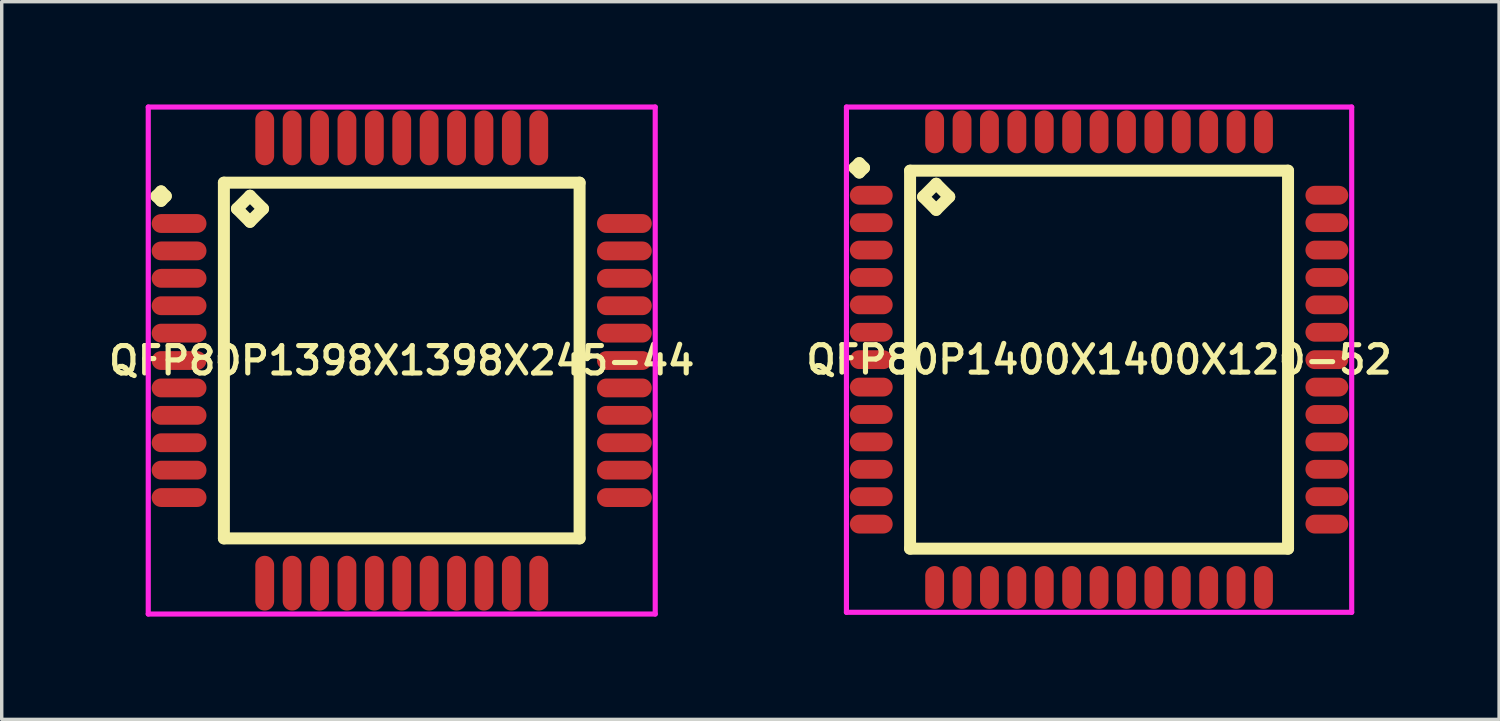
<source format=kicad_pcb>
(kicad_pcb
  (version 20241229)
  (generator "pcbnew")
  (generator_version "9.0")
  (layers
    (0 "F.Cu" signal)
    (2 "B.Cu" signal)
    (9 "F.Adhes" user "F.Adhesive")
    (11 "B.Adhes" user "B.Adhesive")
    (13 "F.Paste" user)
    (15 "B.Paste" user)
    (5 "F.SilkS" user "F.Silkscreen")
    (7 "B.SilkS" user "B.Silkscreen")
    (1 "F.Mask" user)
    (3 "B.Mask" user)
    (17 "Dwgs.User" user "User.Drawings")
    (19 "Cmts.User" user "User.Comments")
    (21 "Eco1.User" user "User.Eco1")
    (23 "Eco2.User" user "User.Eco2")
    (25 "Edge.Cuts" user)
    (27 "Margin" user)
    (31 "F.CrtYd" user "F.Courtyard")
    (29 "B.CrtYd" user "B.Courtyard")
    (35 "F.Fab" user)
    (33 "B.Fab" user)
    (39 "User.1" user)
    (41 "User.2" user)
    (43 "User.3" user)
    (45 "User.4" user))
  (footprint "QFP80P1398X1398X245-44"
    (layer "F.Cu")
    (at 8.678 7.475)
    (property "Reference" "QFP80P1398X1398X245-44" (at 0 0 0) (layer "F.SilkS") (effects (font (size 0.8 0.8) (thickness 0.15))))
    (attr through_hole)
    (fp_line (start -7.162 -4.8) (end -7.025 -4.938) (stroke (width 0.35) (type solid)) (layer "F.SilkS"))
    (fp_line (start -7.025 -4.938) (end -6.888 -4.8) (stroke (width 0.35) (type solid)) (layer "F.SilkS"))
    (fp_line (start -7.025 -4.662) (end -7.162 -4.8) (stroke (width 0.35) (type solid)) (layer "F.SilkS"))
    (fp_line (start -6.888 -4.8) (end -7.025 -4.662) (stroke (width 0.35) (type solid)) (layer "F.SilkS"))
    (fp_line (start -5.192 -5.192) (end -5.192 5.192) (stroke (width 0.35) (type solid)) (layer "F.SilkS"))
    (fp_line (start -5.192 5.192) (end 5.192 5.192) (stroke (width 0.35) (type solid)) (layer "F.SilkS"))
    (fp_line (start -4.811 -4.43) (end -4.43 -4.811) (stroke (width 0.35) (type solid)) (layer "F.SilkS"))
    (fp_line (start -4.43 -4.811) (end -4.049 -4.43) (stroke (width 0.35) (type solid)) (layer "F.SilkS"))
    (fp_line (start -4.43 -4.049) (end -4.811 -4.43) (stroke (width 0.35) (type solid)) (layer "F.SilkS"))
    (fp_line (start -4.049 -4.43) (end -4.43 -4.049) (stroke (width 0.35) (type solid)) (layer "F.SilkS"))
    (fp_line (start 5.192 -5.192) (end -5.192 -5.192) (stroke (width 0.35) (type solid)) (layer "F.SilkS"))
    (fp_line (start 5.192 5.192) (end 5.192 -5.192) (stroke (width 0.35) (type solid)) (layer "F.SilkS"))
    (fp_line (start -7.4 -7.4) (end 7.4 -7.4) (stroke (width 0.15) (type solid)) (layer "F.CrtYd"))
    (fp_line (start -7.4 7.4) (end -7.4 -7.4) (stroke (width 0.15) (type solid)) (layer "F.CrtYd"))
    (fp_line (start 7.4 -7.4) (end 7.4 7.4) (stroke (width 0.15) (type solid)) (layer "F.CrtYd"))
    (fp_line (start 7.4 7.4) (end -7.4 7.4) (stroke (width 0.15) (type solid)) (layer "F.CrtYd"))
    (pad "1" smd oval (at -6.5 -4) (size 1.6 0.55) (layers "F.Cu" "F.Mask" "F.Paste"))
    (pad "2" smd oval (at -6.5 -3.2) (size 1.6 0.55) (layers "F.Cu" "F.Mask" "F.Paste"))
    (pad "3" smd oval (at -6.5 -2.4) (size 1.6 0.55) (layers "F.Cu" "F.Mask" "F.Paste"))
    (pad "4" smd oval (at -6.5 -1.6) (size 1.6 0.55) (layers "F.Cu" "F.Mask" "F.Paste"))
    (pad "5" smd oval (at -6.5 -0.8) (size 1.6 0.55) (layers "F.Cu" "F.Mask" "F.Paste"))
    (pad "6" smd oval (at -6.5 0) (size 1.6 0.55) (layers "F.Cu" "F.Mask" "F.Paste"))
    (pad "7" smd oval (at -6.5 0.8) (size 1.6 0.55) (layers "F.Cu" "F.Mask" "F.Paste"))
    (pad "8" smd oval (at -6.5 1.6) (size 1.6 0.55) (layers "F.Cu" "F.Mask" "F.Paste"))
    (pad "9" smd oval (at -6.5 2.4) (size 1.6 0.55) (layers "F.Cu" "F.Mask" "F.Paste"))
    (pad "10" smd oval (at -6.5 3.2) (size 1.6 0.55) (layers "F.Cu" "F.Mask" "F.Paste"))
    (pad "11" smd oval (at -6.5 4) (size 1.6 0.55) (layers "F.Cu" "F.Mask" "F.Paste"))
    (pad "12" smd oval (at -4 6.5) (size 0.55 1.6) (layers "F.Cu" "F.Mask" "F.Paste"))
    (pad "13" smd oval (at -3.2 6.5) (size 0.55 1.6) (layers "F.Cu" "F.Mask" "F.Paste"))
    (pad "14" smd oval (at -2.4 6.5) (size 0.55 1.6) (layers "F.Cu" "F.Mask" "F.Paste"))
    (pad "15" smd oval (at -1.6 6.5) (size 0.55 1.6) (layers "F.Cu" "F.Mask" "F.Paste"))
    (pad "16" smd oval (at -0.8 6.5) (size 0.55 1.6) (layers "F.Cu" "F.Mask" "F.Paste"))
    (pad "17" smd oval (at 0 6.5) (size 0.55 1.6) (layers "F.Cu" "F.Mask" "F.Paste"))
    (pad "18" smd oval (at 0.8 6.5) (size 0.55 1.6) (layers "F.Cu" "F.Mask" "F.Paste"))
    (pad "19" smd oval (at 1.6 6.5) (size 0.55 1.6) (layers "F.Cu" "F.Mask" "F.Paste"))
    (pad "20" smd oval (at 2.4 6.5) (size 0.55 1.6) (layers "F.Cu" "F.Mask" "F.Paste"))
    (pad "21" smd oval (at 3.2 6.5) (size 0.55 1.6) (layers "F.Cu" "F.Mask" "F.Paste"))
    (pad "22" smd oval (at 4 6.5) (size 0.55 1.6) (layers "F.Cu" "F.Mask" "F.Paste"))
    (pad "23" smd oval (at 6.5 4) (size 1.6 0.55) (layers "F.Cu" "F.Mask" "F.Paste"))
    (pad "24" smd oval (at 6.5 3.2) (size 1.6 0.55) (layers "F.Cu" "F.Mask" "F.Paste"))
    (pad "25" smd oval (at 6.5 2.4) (size 1.6 0.55) (layers "F.Cu" "F.Mask" "F.Paste"))
    (pad "26" smd oval (at 6.5 1.6) (size 1.6 0.55) (layers "F.Cu" "F.Mask" "F.Paste"))
    (pad "27" smd oval (at 6.5 0.8) (size 1.6 0.55) (layers "F.Cu" "F.Mask" "F.Paste"))
    (pad "28" smd oval (at 6.5 0) (size 1.6 0.55) (layers "F.Cu" "F.Mask" "F.Paste"))
    (pad "29" smd oval (at 6.5 -0.8) (size 1.6 0.55) (layers "F.Cu" "F.Mask" "F.Paste"))
    (pad "30" smd oval (at 6.5 -1.6) (size 1.6 0.55) (layers "F.Cu" "F.Mask" "F.Paste"))
    (pad "31" smd oval (at 6.5 -2.4) (size 1.6 0.55) (layers "F.Cu" "F.Mask" "F.Paste"))
    (pad "32" smd oval (at 6.5 -3.2) (size 1.6 0.55) (layers "F.Cu" "F.Mask" "F.Paste"))
    (pad "33" smd oval (at 6.5 -4) (size 1.6 0.55) (layers "F.Cu" "F.Mask" "F.Paste"))
    (pad "34" smd oval (at 4 -6.5) (size 0.55 1.6) (layers "F.Cu" "F.Mask" "F.Paste"))
    (pad "35" smd oval (at 3.2 -6.5) (size 0.55 1.6) (layers "F.Cu" "F.Mask" "F.Paste"))
    (pad "36" smd oval (at 2.4 -6.5) (size 0.55 1.6) (layers "F.Cu" "F.Mask" "F.Paste"))
    (pad "37" smd oval (at 1.6 -6.5) (size 0.55 1.6) (layers "F.Cu" "F.Mask" "F.Paste"))
    (pad "38" smd oval (at 0.8 -6.5) (size 0.55 1.6) (layers "F.Cu" "F.Mask" "F.Paste"))
    (pad "39" smd oval (at 0 -6.5) (size 0.55 1.6) (layers "F.Cu" "F.Mask" "F.Paste"))
    (pad "40" smd oval (at -0.8 -6.5) (size 0.55 1.6) (layers "F.Cu" "F.Mask" "F.Paste"))
    (pad "41" smd oval (at -1.6 -6.5) (size 0.55 1.6) (layers "F.Cu" "F.Mask" "F.Paste"))
    (pad "42" smd oval (at -2.4 -6.5) (size 0.55 1.6) (layers "F.Cu" "F.Mask" "F.Paste"))
    (pad "43" smd oval (at -3.2 -6.5) (size 0.55 1.6) (layers "F.Cu" "F.Mask" "F.Paste"))
    (pad "44" smd oval (at -4 -6.5) (size 0.55 1.6) (layers "F.Cu" "F.Mask" "F.Paste")))
  (footprint "QFP80P1400X1400X120-52"
    (layer "F.Cu")
    (at 29.035 7.45)
    (property "Reference" "QFP80P1400X1400X120-52" (at 0 0 0) (layer "F.SilkS") (effects (font (size 0.8 0.8) (thickness 0.15))))
    (attr through_hole)
    (fp_line (start -7.138 -5.6) (end -7 -5.737) (stroke (width 0.35) (type solid)) (layer "F.SilkS"))
    (fp_line (start -7 -5.737) (end -6.862 -5.6) (stroke (width 0.35) (type solid)) (layer "F.SilkS"))
    (fp_line (start -7 -5.463) (end -7.138 -5.6) (stroke (width 0.35) (type solid)) (layer "F.SilkS"))
    (fp_line (start -6.862 -5.6) (end -7 -5.463) (stroke (width 0.35) (type solid)) (layer "F.SilkS"))
    (fp_line (start -5.517 -5.517) (end -5.517 5.517) (stroke (width 0.35) (type solid)) (layer "F.SilkS"))
    (fp_line (start -5.517 5.517) (end 5.517 5.517) (stroke (width 0.35) (type solid)) (layer "F.SilkS"))
    (fp_line (start -5.136 -4.755) (end -4.755 -5.136) (stroke (width 0.35) (type solid)) (layer "F.SilkS"))
    (fp_line (start -4.755 -5.136) (end -4.374 -4.755) (stroke (width 0.35) (type solid)) (layer "F.SilkS"))
    (fp_line (start -4.755 -4.374) (end -5.136 -4.755) (stroke (width 0.35) (type solid)) (layer "F.SilkS"))
    (fp_line (start -4.374 -4.755) (end -4.755 -4.374) (stroke (width 0.35) (type solid)) (layer "F.SilkS"))
    (fp_line (start 5.517 -5.517) (end -5.517 -5.517) (stroke (width 0.35) (type solid)) (layer "F.SilkS"))
    (fp_line (start 5.517 5.517) (end 5.517 -5.517) (stroke (width 0.35) (type solid)) (layer "F.SilkS"))
    (fp_line (start -7.375 -7.375) (end 7.375 -7.375) (stroke (width 0.15) (type solid)) (layer "F.CrtYd"))
    (fp_line (start -7.375 7.375) (end -7.375 -7.375) (stroke (width 0.15) (type solid)) (layer "F.CrtYd"))
    (fp_line (start 7.375 -7.375) (end 7.375 7.375) (stroke (width 0.15) (type solid)) (layer "F.CrtYd"))
    (fp_line (start 7.375 7.375) (end -7.375 7.375) (stroke (width 0.15) (type solid)) (layer "F.CrtYd"))
    (pad "1" smd oval (at -6.65 -4.8) (size 1.25 0.55) (layers "F.Cu" "F.Mask" "F.Paste"))
    (pad "2" smd oval (at -6.65 -4) (size 1.25 0.55) (layers "F.Cu" "F.Mask" "F.Paste"))
    (pad "3" smd oval (at -6.65 -3.2) (size 1.25 0.55) (layers "F.Cu" "F.Mask" "F.Paste"))
    (pad "4" smd oval (at -6.65 -2.4) (size 1.25 0.55) (layers "F.Cu" "F.Mask" "F.Paste"))
    (pad "5" smd oval (at -6.65 -1.6) (size 1.25 0.55) (layers "F.Cu" "F.Mask" "F.Paste"))
    (pad "6" smd oval (at -6.65 -0.8) (size 1.25 0.55) (layers "F.Cu" "F.Mask" "F.Paste"))
    (pad "7" smd oval (at -6.65 0) (size 1.25 0.55) (layers "F.Cu" "F.Mask" "F.Paste"))
    (pad "8" smd oval (at -6.65 0.8) (size 1.25 0.55) (layers "F.Cu" "F.Mask" "F.Paste"))
    (pad "9" smd oval (at -6.65 1.6) (size 1.25 0.55) (layers "F.Cu" "F.Mask" "F.Paste"))
    (pad "10" smd oval (at -6.65 2.4) (size 1.25 0.55) (layers "F.Cu" "F.Mask" "F.Paste"))
    (pad "11" smd oval (at -6.65 3.2) (size 1.25 0.55) (layers "F.Cu" "F.Mask" "F.Paste"))
    (pad "12" smd oval (at -6.65 4) (size 1.25 0.55) (layers "F.Cu" "F.Mask" "F.Paste"))
    (pad "13" smd oval (at -6.65 4.8) (size 1.25 0.55) (layers "F.Cu" "F.Mask" "F.Paste"))
    (pad "14" smd oval (at -4.8 6.65) (size 0.55 1.25) (layers "F.Cu" "F.Mask" "F.Paste"))
    (pad "15" smd oval (at -4 6.65) (size 0.55 1.25) (layers "F.Cu" "F.Mask" "F.Paste"))
    (pad "16" smd oval (at -3.2 6.65) (size 0.55 1.25) (layers "F.Cu" "F.Mask" "F.Paste"))
    (pad "17" smd oval (at -2.4 6.65) (size 0.55 1.25) (layers "F.Cu" "F.Mask" "F.Paste"))
    (pad "18" smd oval (at -1.6 6.65) (size 0.55 1.25) (layers "F.Cu" "F.Mask" "F.Paste"))
    (pad "19" smd oval (at -0.8 6.65) (size 0.55 1.25) (layers "F.Cu" "F.Mask" "F.Paste"))
    (pad "20" smd oval (at 0 6.65) (size 0.55 1.25) (layers "F.Cu" "F.Mask" "F.Paste"))
    (pad "21" smd oval (at 0.8 6.65) (size 0.55 1.25) (layers "F.Cu" "F.Mask" "F.Paste"))
    (pad "22" smd oval (at 1.6 6.65) (size 0.55 1.25) (layers "F.Cu" "F.Mask" "F.Paste"))
    (pad "23" smd oval (at 2.4 6.65) (size 0.55 1.25) (layers "F.Cu" "F.Mask" "F.Paste"))
    (pad "24" smd oval (at 3.2 6.65) (size 0.55 1.25) (layers "F.Cu" "F.Mask" "F.Paste"))
    (pad "25" smd oval (at 4 6.65) (size 0.55 1.25) (layers "F.Cu" "F.Mask" "F.Paste"))
    (pad "26" smd oval (at 4.8 6.65) (size 0.55 1.25) (layers "F.Cu" "F.Mask" "F.Paste"))
    (pad "27" smd oval (at 6.65 4.8) (size 1.25 0.55) (layers "F.Cu" "F.Mask" "F.Paste"))
    (pad "28" smd oval (at 6.65 4) (size 1.25 0.55) (layers "F.Cu" "F.Mask" "F.Paste"))
    (pad "29" smd oval (at 6.65 3.2) (size 1.25 0.55) (layers "F.Cu" "F.Mask" "F.Paste"))
    (pad "30" smd oval (at 6.65 2.4) (size 1.25 0.55) (layers "F.Cu" "F.Mask" "F.Paste"))
    (pad "31" smd oval (at 6.65 1.6) (size 1.25 0.55) (layers "F.Cu" "F.Mask" "F.Paste"))
    (pad "32" smd oval (at 6.65 0.8) (size 1.25 0.55) (layers "F.Cu" "F.Mask" "F.Paste"))
    (pad "33" smd oval (at 6.65 0) (size 1.25 0.55) (layers "F.Cu" "F.Mask" "F.Paste"))
    (pad "34" smd oval (at 6.65 -0.8) (size 1.25 0.55) (layers "F.Cu" "F.Mask" "F.Paste"))
    (pad "35" smd oval (at 6.65 -1.6) (size 1.25 0.55) (layers "F.Cu" "F.Mask" "F.Paste"))
    (pad "36" smd oval (at 6.65 -2.4) (size 1.25 0.55) (layers "F.Cu" "F.Mask" "F.Paste"))
    (pad "37" smd oval (at 6.65 -3.2) (size 1.25 0.55) (layers "F.Cu" "F.Mask" "F.Paste"))
    (pad "38" smd oval (at 6.65 -4) (size 1.25 0.55) (layers "F.Cu" "F.Mask" "F.Paste"))
    (pad "39" smd oval (at 6.65 -4.8) (size 1.25 0.55) (layers "F.Cu" "F.Mask" "F.Paste"))
    (pad "40" smd oval (at 4.8 -6.65) (size 0.55 1.25) (layers "F.Cu" "F.Mask" "F.Paste"))
    (pad "41" smd oval (at 4 -6.65) (size 0.55 1.25) (layers "F.Cu" "F.Mask" "F.Paste"))
    (pad "42" smd oval (at 3.2 -6.65) (size 0.55 1.25) (layers "F.Cu" "F.Mask" "F.Paste"))
    (pad "43" smd oval (at 2.4 -6.65) (size 0.55 1.25) (layers "F.Cu" "F.Mask" "F.Paste"))
    (pad "44" smd oval (at 1.6 -6.65) (size 0.55 1.25) (layers "F.Cu" "F.Mask" "F.Paste"))
    (pad "45" smd oval (at 0.8 -6.65) (size 0.55 1.25) (layers "F.Cu" "F.Mask" "F.Paste"))
    (pad "46" smd oval (at 0 -6.65) (size 0.55 1.25) (layers "F.Cu" "F.Mask" "F.Paste"))
    (pad "47" smd oval (at -0.8 -6.65) (size 0.55 1.25) (layers "F.Cu" "F.Mask" "F.Paste"))
    (pad "48" smd oval (at -1.6 -6.65) (size 0.55 1.25) (layers "F.Cu" "F.Mask" "F.Paste"))
    (pad "49" smd oval (at -2.4 -6.65) (size 0.55 1.25) (layers "F.Cu" "F.Mask" "F.Paste"))
    (pad "50" smd oval (at -3.2 -6.65) (size 0.55 1.25) (layers "F.Cu" "F.Mask" "F.Paste"))
    (pad "51" smd oval (at -4 -6.65) (size 0.55 1.25) (layers "F.Cu" "F.Mask" "F.Paste"))
    (pad "52" smd oval (at -4.8 -6.65) (size 0.55 1.25) (layers "F.Cu" "F.Mask" "F.Paste")))
  (gr_rect
    (start -3 -3)
    (end 40.713 17.95)
    (stroke (width 0.1) (type default))
    (fill no)
    (layer "Edge.Cuts")))
</source>
